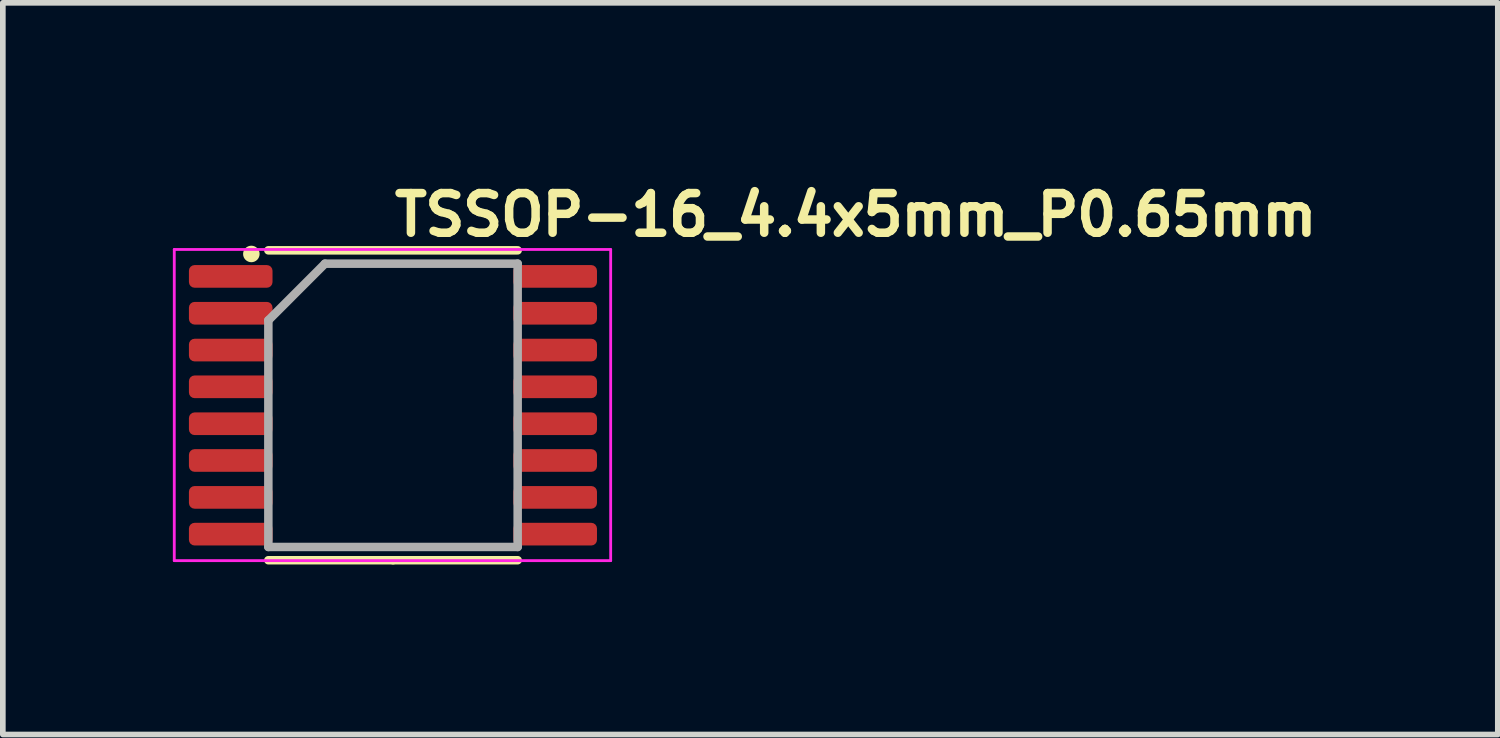
<source format=kicad_pcb>
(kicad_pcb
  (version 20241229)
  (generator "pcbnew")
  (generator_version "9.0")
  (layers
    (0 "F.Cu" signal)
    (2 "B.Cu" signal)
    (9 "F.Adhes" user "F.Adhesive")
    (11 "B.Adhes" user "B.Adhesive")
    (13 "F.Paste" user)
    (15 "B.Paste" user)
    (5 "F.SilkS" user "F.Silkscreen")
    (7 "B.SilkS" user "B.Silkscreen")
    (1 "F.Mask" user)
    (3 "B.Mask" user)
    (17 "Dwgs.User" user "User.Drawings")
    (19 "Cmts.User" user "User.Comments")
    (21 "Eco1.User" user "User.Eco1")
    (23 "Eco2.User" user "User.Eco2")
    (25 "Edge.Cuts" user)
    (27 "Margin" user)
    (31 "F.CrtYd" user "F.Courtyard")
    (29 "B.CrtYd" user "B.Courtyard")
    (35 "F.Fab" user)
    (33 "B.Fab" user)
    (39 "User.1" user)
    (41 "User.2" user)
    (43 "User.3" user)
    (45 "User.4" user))
  (footprint "TSSOP-16_4.4x5mm_P0.65mm"
    (layer "F.Cu")
    (at 3.835 4.102)
    (property "Reference" "TSSOP-16_4.4x5mm_P0.65mm" (at 0 -2.952 0) (layer "F.SilkS") (effects (font (size 0.7 0.7) (thickness 0.15)) (justify left bottom)))
    (attr smd)
    (fp_line (start -2.15 -2.735) (end 2.249 -2.735) (stroke (width 0.15) (type solid)) (layer "F.SilkS"))
    (fp_line (start 0.05 2.733) (end -2.15 2.733) (stroke (width 0.15) (type solid)) (layer "F.SilkS"))
    (fp_line (start 0.05 2.733) (end 2.249 2.733) (stroke (width 0.15) (type solid)) (layer "F.SilkS"))
    (fp_circle (center -2.45 -2.671) (end -2.4 -2.621) (stroke (width 0.15) (type solid)) (fill yes) (layer "F.SilkS"))
    (fp_line (start -3.81 -2.75) (end -3.81 2.74) (stroke (width 0.05) (type solid)) (layer "F.CrtYd"))
    (fp_line (start -3.81 2.74) (end 3.89 2.74) (stroke (width 0.05) (type solid)) (layer "F.CrtYd"))
    (fp_line (start 3.89 -2.75) (end -3.81 -2.75) (stroke (width 0.05) (type solid)) (layer "F.CrtYd"))
    (fp_line (start 3.89 2.74) (end 3.89 -2.75) (stroke (width 0.05) (type solid)) (layer "F.CrtYd"))
    (fp_line (start -2.15 -1.5) (end -1.151 -2.5) (stroke (width 0.15) (type solid)) (layer "F.Fab"))
    (fp_line (start -2.15 2.499) (end -2.15 -1.5) (stroke (width 0.15) (type solid)) (layer "F.Fab"))
    (fp_line (start -1.151 -2.5) (end 2.249 -2.5) (stroke (width 0.15) (type solid)) (layer "F.Fab"))
    (fp_line (start 2.249 -2.5) (end 2.249 2.499) (stroke (width 0.15) (type solid)) (layer "F.Fab"))
    (fp_line (start 2.249 2.499) (end -2.15 2.499) (stroke (width 0.15) (type solid)) (layer "F.Fab"))
    (fp_rect (start -3.202 -2.5) (end 3.2 2.499) (stroke (width 0.1) (type solid)) (fill no) (layer "User.5"))
    (fp_line (start -3.202 -2.153) (end -3.202 -2.399) (stroke (width 0.02) (type solid)) (layer "User.9"))
    (fp_line (start -3.202 -1.504) (end -3.202 -1.748) (stroke (width 0.02) (type solid)) (layer "User.9"))
    (fp_line (start -3.202 -0.853) (end -3.202 -1.099) (stroke (width 0.02) (type solid)) (layer "User.9"))
    (fp_line (start -3.202 -0.204) (end -3.202 -0.448) (stroke (width 0.02) (type solid)) (layer "User.9"))
    (fp_line (start -3.202 0.446) (end -3.202 0.202) (stroke (width 0.02) (type solid)) (layer "User.9"))
    (fp_line (start -3.202 1.096) (end -3.202 0.851) (stroke (width 0.02) (type solid)) (layer "User.9"))
    (fp_line (start -3.202 1.747) (end -3.202 1.501) (stroke (width 0.02) (type solid)) (layer "User.9"))
    (fp_line (start -3.202 2.397) (end -3.202 2.152) (stroke (width 0.02) (type solid)) (layer "User.9"))
    (fp_line (start -2.827 -2.399) (end -3.202 -2.399) (stroke (width 0.02) (type solid)) (layer "User.9"))
    (fp_line (start -2.827 -2.153) (end -3.202 -2.153) (stroke (width 0.02) (type solid)) (layer "User.9"))
    (fp_line (start -2.827 -1.748) (end -3.202 -1.748) (stroke (width 0.02) (type solid)) (layer "User.9"))
    (fp_line (start -2.827 -1.504) (end -3.202 -1.504) (stroke (width 0.02) (type solid)) (layer "User.9"))
    (fp_line (start -2.827 -1.099) (end -3.202 -1.099) (stroke (width 0.02) (type solid)) (layer "User.9"))
    (fp_line (start -2.827 -0.853) (end -3.202 -0.853) (stroke (width 0.02) (type solid)) (layer "User.9"))
    (fp_line (start -2.827 -0.448) (end -3.202 -0.448) (stroke (width 0.02) (type solid)) (layer "User.9"))
    (fp_line (start -2.827 -0.204) (end -3.202 -0.204) (stroke (width 0.02) (type solid)) (layer "User.9"))
    (fp_line (start -2.827 0.202) (end -3.202 0.202) (stroke (width 0.02) (type solid)) (layer "User.9"))
    (fp_line (start -2.827 0.446) (end -3.202 0.446) (stroke (width 0.02) (type solid)) (layer "User.9"))
    (fp_line (start -2.827 0.851) (end -3.202 0.851) (stroke (width 0.02) (type solid)) (layer "User.9"))
    (fp_line (start -2.827 1.096) (end -3.202 1.096) (stroke (width 0.02) (type solid)) (layer "User.9"))
    (fp_line (start -2.827 1.501) (end -3.202 1.501) (stroke (width 0.02) (type solid)) (layer "User.9"))
    (fp_line (start -2.827 1.747) (end -3.202 1.747) (stroke (width 0.02) (type solid)) (layer "User.9"))
    (fp_line (start -2.827 2.152) (end -3.202 2.152) (stroke (width 0.02) (type solid)) (layer "User.9"))
    (fp_line (start -2.827 2.397) (end -3.202 2.397) (stroke (width 0.02) (type solid)) (layer "User.9"))
    (fp_line (start -2.725 -2.399) (end -2.827 -2.399) (stroke (width 0.02) (type solid)) (layer "User.9"))
    (fp_line (start -2.725 -2.153) (end -2.827 -2.153) (stroke (width 0.02) (type solid)) (layer "User.9"))
    (fp_line (start -2.725 -1.748) (end -2.827 -1.748) (stroke (width 0.02) (type solid)) (layer "User.9"))
    (fp_line (start -2.725 -1.504) (end -2.827 -1.504) (stroke (width 0.02) (type solid)) (layer "User.9"))
    (fp_line (start -2.725 -1.099) (end -2.827 -1.099) (stroke (width 0.02) (type solid)) (layer "User.9"))
    (fp_line (start -2.725 -0.853) (end -2.827 -0.853) (stroke (width 0.02) (type solid)) (layer "User.9"))
    (fp_line (start -2.725 -0.448) (end -2.827 -0.448) (stroke (width 0.02) (type solid)) (layer "User.9"))
    (fp_line (start -2.725 -0.204) (end -2.827 -0.204) (stroke (width 0.02) (type solid)) (layer "User.9"))
    (fp_line (start -2.725 0.202) (end -2.827 0.202) (stroke (width 0.02) (type solid)) (layer "User.9"))
    (fp_line (start -2.725 0.446) (end -2.827 0.446) (stroke (width 0.02) (type solid)) (layer "User.9"))
    (fp_line (start -2.725 0.851) (end -2.827 0.851) (stroke (width 0.02) (type solid)) (layer "User.9"))
    (fp_line (start -2.725 1.096) (end -2.827 1.096) (stroke (width 0.02) (type solid)) (layer "User.9"))
    (fp_line (start -2.725 1.501) (end -2.827 1.501) (stroke (width 0.02) (type solid)) (layer "User.9"))
    (fp_line (start -2.725 1.747) (end -2.827 1.747) (stroke (width 0.02) (type solid)) (layer "User.9"))
    (fp_line (start -2.725 2.152) (end -2.827 2.152) (stroke (width 0.02) (type solid)) (layer "User.9"))
    (fp_line (start -2.725 2.397) (end -2.827 2.397) (stroke (width 0.02) (type solid)) (layer "User.9"))
    (fp_line (start -2.689 -2.399) (end -2.725 -2.399) (stroke (width 0.02) (type solid)) (layer "User.9"))
    (fp_line (start -2.689 -2.153) (end -2.725 -2.153) (stroke (width 0.02) (type solid)) (layer "User.9"))
    (fp_line (start -2.689 -1.748) (end -2.725 -1.748) (stroke (width 0.02) (type solid)) (layer "User.9"))
    (fp_line (start -2.689 -1.504) (end -2.725 -1.504) (stroke (width 0.02) (type solid)) (layer "User.9"))
    (fp_line (start -2.689 -1.099) (end -2.725 -1.099) (stroke (width 0.02) (type solid)) (layer "User.9"))
    (fp_line (start -2.689 -0.853) (end -2.725 -0.853) (stroke (width 0.02) (type solid)) (layer "User.9"))
    (fp_line (start -2.689 -0.448) (end -2.725 -0.448) (stroke (width 0.02) (type solid)) (layer "User.9"))
    (fp_line (start -2.689 -0.204) (end -2.725 -0.204) (stroke (width 0.02) (type solid)) (layer "User.9"))
    (fp_line (start -2.689 0.202) (end -2.725 0.202) (stroke (width 0.02) (type solid)) (layer "User.9"))
    (fp_line (start -2.689 0.446) (end -2.725 0.446) (stroke (width 0.02) (type solid)) (layer "User.9"))
    (fp_line (start -2.689 0.851) (end -2.725 0.851) (stroke (width 0.02) (type solid)) (layer "User.9"))
    (fp_line (start -2.689 1.096) (end -2.725 1.096) (stroke (width 0.02) (type solid)) (layer "User.9"))
    (fp_line (start -2.689 1.501) (end -2.725 1.501) (stroke (width 0.02) (type solid)) (layer "User.9"))
    (fp_line (start -2.689 1.747) (end -2.725 1.747) (stroke (width 0.02) (type solid)) (layer "User.9"))
    (fp_line (start -2.689 2.152) (end -2.725 2.152) (stroke (width 0.02) (type solid)) (layer "User.9"))
    (fp_line (start -2.689 2.397) (end -2.725 2.397) (stroke (width 0.02) (type solid)) (layer "User.9"))
    (fp_line (start -2.431 -2.399) (end -2.689 -2.399) (stroke (width 0.02) (type solid)) (layer "User.9"))
    (fp_line (start -2.431 -2.153) (end -2.689 -2.153) (stroke (width 0.02) (type solid)) (layer "User.9"))
    (fp_line (start -2.431 -1.748) (end -2.689 -1.748) (stroke (width 0.02) (type solid)) (layer "User.9"))
    (fp_line (start -2.431 -1.504) (end -2.689 -1.504) (stroke (width 0.02) (type solid)) (layer "User.9"))
    (fp_line (start -2.431 -1.099) (end -2.689 -1.099) (stroke (width 0.02) (type solid)) (layer "User.9"))
    (fp_line (start -2.431 -0.853) (end -2.689 -0.853) (stroke (width 0.02) (type solid)) (layer "User.9"))
    (fp_line (start -2.431 -0.448) (end -2.689 -0.448) (stroke (width 0.02) (type solid)) (layer "User.9"))
    (fp_line (start -2.431 -0.204) (end -2.689 -0.204) (stroke (width 0.02) (type solid)) (layer "User.9"))
    (fp_line (start -2.431 0.202) (end -2.689 0.202) (stroke (width 0.02) (type solid)) (layer "User.9"))
    (fp_line (start -2.431 0.446) (end -2.689 0.446) (stroke (width 0.02) (type solid)) (layer "User.9"))
    (fp_line (start -2.431 0.851) (end -2.689 0.851) (stroke (width 0.02) (type solid)) (layer "User.9"))
    (fp_line (start -2.431 1.096) (end -2.689 1.096) (stroke (width 0.02) (type solid)) (layer "User.9"))
    (fp_line (start -2.431 1.501) (end -2.689 1.501) (stroke (width 0.02) (type solid)) (layer "User.9"))
    (fp_line (start -2.431 1.747) (end -2.689 1.747) (stroke (width 0.02) (type solid)) (layer "User.9"))
    (fp_line (start -2.431 2.152) (end -2.689 2.152) (stroke (width 0.02) (type solid)) (layer "User.9"))
    (fp_line (start -2.431 2.397) (end -2.689 2.397) (stroke (width 0.02) (type solid)) (layer "User.9"))
    (fp_line (start -2.202 -2.5) (end -2.202 2.499) (stroke (width 0.02) (type solid)) (layer "User.9"))
    (fp_line (start -2.202 -2.399) (end -2.431 -2.399) (stroke (width 0.02) (type solid)) (layer "User.9"))
    (fp_line (start -2.202 -2.153) (end -2.431 -2.153) (stroke (width 0.02) (type solid)) (layer "User.9"))
    (fp_line (start -2.202 -2.153) (end -2.202 -2.399) (stroke (width 0.02) (type solid)) (layer "User.9"))
    (fp_line (start -2.202 -1.748) (end -2.431 -1.748) (stroke (width 0.02) (type solid)) (layer "User.9"))
    (fp_line (start -2.202 -1.504) (end -2.431 -1.504) (stroke (width 0.02) (type solid)) (layer "User.9"))
    (fp_line (start -2.202 -1.504) (end -2.202 -1.748) (stroke (width 0.02) (type solid)) (layer "User.9"))
    (fp_line (start -2.202 -1.099) (end -2.431 -1.099) (stroke (width 0.02) (type solid)) (layer "User.9"))
    (fp_line (start -2.202 -0.853) (end -2.431 -0.853) (stroke (width 0.02) (type solid)) (layer "User.9"))
    (fp_line (start -2.202 -0.853) (end -2.202 -1.099) (stroke (width 0.02) (type solid)) (layer "User.9"))
    (fp_line (start -2.202 -0.448) (end -2.431 -0.448) (stroke (width 0.02) (type solid)) (layer "User.9"))
    (fp_line (start -2.202 -0.204) (end -2.431 -0.204) (stroke (width 0.02) (type solid)) (layer "User.9"))
    (fp_line (start -2.202 -0.204) (end -2.202 -0.448) (stroke (width 0.02) (type solid)) (layer "User.9"))
    (fp_line (start -2.202 0.202) (end -2.431 0.202) (stroke (width 0.02) (type solid)) (layer "User.9"))
    (fp_line (start -2.202 0.446) (end -2.431 0.446) (stroke (width 0.02) (type solid)) (layer "User.9"))
    (fp_line (start -2.202 0.446) (end -2.202 0.202) (stroke (width 0.02) (type solid)) (layer "User.9"))
    (fp_line (start -2.202 0.851) (end -2.431 0.851) (stroke (width 0.02) (type solid)) (layer "User.9"))
    (fp_line (start -2.202 1.096) (end -2.431 1.096) (stroke (width 0.02) (type solid)) (layer "User.9"))
    (fp_line (start -2.202 1.096) (end -2.202 0.851) (stroke (width 0.02) (type solid)) (layer "User.9"))
    (fp_line (start -2.202 1.501) (end -2.431 1.501) (stroke (width 0.02) (type solid)) (layer "User.9"))
    (fp_line (start -2.202 1.747) (end -2.431 1.747) (stroke (width 0.02) (type solid)) (layer "User.9"))
    (fp_line (start -2.202 1.747) (end -2.202 1.501) (stroke (width 0.02) (type solid)) (layer "User.9"))
    (fp_line (start -2.202 2.152) (end -2.431 2.152) (stroke (width 0.02) (type solid)) (layer "User.9"))
    (fp_line (start -2.202 2.397) (end -2.431 2.397) (stroke (width 0.02) (type solid)) (layer "User.9"))
    (fp_line (start -2.202 2.397) (end -2.202 2.152) (stroke (width 0.02) (type solid)) (layer "User.9"))
    (fp_line (start -2.202 2.499) (end 2.2 2.499) (stroke (width 0.02) (type solid)) (layer "User.9"))
    (fp_line (start -2.137 -2.437) (end -2.202 -2.5) (stroke (width 0.02) (type solid)) (layer "User.9"))
    (fp_line (start -2.137 -2.437) (end -2.137 2.435) (stroke (width 0.02) (type solid)) (layer "User.9"))
    (fp_line (start -2.137 2.435) (end -2.202 2.499) (stroke (width 0.02) (type solid)) (layer "User.9"))
    (fp_line (start -2.137 2.435) (end 2.136 2.435) (stroke (width 0.02) (type solid)) (layer "User.9"))
    (fp_line (start -1.776 -1.819) (end -1.776 -1.801) (stroke (width 0.02) (type solid)) (layer "User.9"))
    (fp_line (start -1.776 -1.819) (end -1.776 -1.801) (stroke (width 0.02) (type solid)) (layer "User.9"))
    (fp_line (start -1.776 -1.801) (end -1.776 -1.784) (stroke (width 0.02) (type solid)) (layer "User.9"))
    (fp_line (start -1.776 -1.801) (end -1.776 -1.784) (stroke (width 0.02) (type solid)) (layer "User.9"))
    (fp_line (start -1.776 -1.784) (end -1.774 -1.766) (stroke (width 0.02) (type solid)) (layer "User.9"))
    (fp_line (start -1.776 -1.784) (end -1.774 -1.766) (stroke (width 0.02) (type solid)) (layer "User.9"))
    (fp_line (start -1.774 -1.837) (end -1.776 -1.819) (stroke (width 0.02) (type solid)) (layer "User.9"))
    (fp_line (start -1.774 -1.837) (end -1.776 -1.819) (stroke (width 0.02) (type solid)) (layer "User.9"))
    (fp_line (start -1.774 -1.766) (end -1.77 -1.748) (stroke (width 0.02) (type solid)) (layer "User.9"))
    (fp_line (start -1.774 -1.766) (end -1.77 -1.748) (stroke (width 0.02) (type solid)) (layer "User.9"))
    (fp_line (start -1.77 -1.855) (end -1.774 -1.837) (stroke (width 0.02) (type solid)) (layer "User.9"))
    (fp_line (start -1.77 -1.855) (end -1.774 -1.837) (stroke (width 0.02) (type solid)) (layer "User.9"))
    (fp_line (start -1.77 -1.748) (end -1.766 -1.73) (stroke (width 0.02) (type solid)) (layer "User.9"))
    (fp_line (start -1.77 -1.748) (end -1.766 -1.73) (stroke (width 0.02) (type solid)) (layer "User.9"))
    (fp_line (start -1.766 -1.871) (end -1.77 -1.855) (stroke (width 0.02) (type solid)) (layer "User.9"))
    (fp_line (start -1.766 -1.871) (end -1.77 -1.855) (stroke (width 0.02) (type solid)) (layer "User.9"))
    (fp_line (start -1.766 -1.73) (end -1.762 -1.714) (stroke (width 0.02) (type solid)) (layer "User.9"))
    (fp_line (start -1.766 -1.73) (end -1.762 -1.714) (stroke (width 0.02) (type solid)) (layer "User.9"))
    (fp_line (start -1.762 -1.889) (end -1.766 -1.871) (stroke (width 0.02) (type solid)) (layer "User.9"))
    (fp_line (start -1.762 -1.889) (end -1.766 -1.871) (stroke (width 0.02) (type solid)) (layer "User.9"))
    (fp_line (start -1.762 -1.714) (end -1.756 -1.696) (stroke (width 0.02) (type solid)) (layer "User.9"))
    (fp_line (start -1.762 -1.714) (end -1.756 -1.696) (stroke (width 0.02) (type solid)) (layer "User.9"))
    (fp_line (start -1.756 -1.905) (end -1.762 -1.889) (stroke (width 0.02) (type solid)) (layer "User.9"))
    (fp_line (start -1.756 -1.905) (end -1.762 -1.889) (stroke (width 0.02) (type solid)) (layer "User.9"))
    (fp_line (start -1.756 -1.696) (end -1.748 -1.68) (stroke (width 0.02) (type solid)) (layer "User.9"))
    (fp_line (start -1.756 -1.696) (end -1.748 -1.68) (stroke (width 0.02) (type solid)) (layer "User.9"))
    (fp_line (start -1.748 -1.922) (end -1.756 -1.905) (stroke (width 0.02) (type solid)) (layer "User.9"))
    (fp_line (start -1.748 -1.922) (end -1.756 -1.905) (stroke (width 0.02) (type solid)) (layer "User.9"))
    (fp_line (start -1.748 -1.68) (end -1.74 -1.663) (stroke (width 0.02) (type solid)) (layer "User.9"))
    (fp_line (start -1.748 -1.68) (end -1.74 -1.663) (stroke (width 0.02) (type solid)) (layer "User.9"))
    (fp_line (start -1.74 -1.938) (end -1.748 -1.922) (stroke (width 0.02) (type solid)) (layer "User.9"))
    (fp_line (start -1.74 -1.938) (end -1.748 -1.922) (stroke (width 0.02) (type solid)) (layer "User.9"))
    (fp_line (start -1.74 -1.938) (end -1.74 -1.938) (stroke (width 0.02) (type solid)) (layer "User.9"))
    (fp_line (start -1.74 -1.938) (end -1.74 -1.938) (stroke (width 0.02) (type solid)) (layer "User.9"))
    (fp_line (start -1.74 -1.663) (end -1.74 -1.663) (stroke (width 0.02) (type solid)) (layer "User.9"))
    (fp_line (start -1.74 -1.663) (end -1.74 -1.663) (stroke (width 0.02) (type solid)) (layer "User.9"))
    (fp_line (start -1.74 -1.663) (end -1.734 -1.655) (stroke (width 0.02) (type solid)) (layer "User.9"))
    (fp_line (start -1.74 -1.663) (end -1.734 -1.655) (stroke (width 0.02) (type solid)) (layer "User.9"))
    (fp_line (start -1.734 -1.655) (end -1.73 -1.647) (stroke (width 0.02) (type solid)) (layer "User.9"))
    (fp_line (start -1.734 -1.655) (end -1.73 -1.647) (stroke (width 0.02) (type solid)) (layer "User.9"))
    (fp_line (start -1.73 -1.954) (end -1.74 -1.938) (stroke (width 0.02) (type solid)) (layer "User.9"))
    (fp_line (start -1.73 -1.954) (end -1.74 -1.938) (stroke (width 0.02) (type solid)) (layer "User.9"))
    (fp_line (start -1.73 -1.647) (end -1.724 -1.641) (stroke (width 0.02) (type solid)) (layer "User.9"))
    (fp_line (start -1.73 -1.647) (end -1.724 -1.641) (stroke (width 0.02) (type solid)) (layer "User.9"))
    (fp_line (start -1.724 -1.641) (end -1.718 -1.633) (stroke (width 0.02) (type solid)) (layer "User.9"))
    (fp_line (start -1.724 -1.641) (end -1.718 -1.633) (stroke (width 0.02) (type solid)) (layer "User.9"))
    (fp_line (start -1.718 -1.968) (end -1.73 -1.954) (stroke (width 0.02) (type solid)) (layer "User.9"))
    (fp_line (start -1.718 -1.968) (end -1.73 -1.954) (stroke (width 0.02) (type solid)) (layer "User.9"))
    (fp_line (start -1.718 -1.633) (end -1.714 -1.627) (stroke (width 0.02) (type solid)) (layer "User.9"))
    (fp_line (start -1.718 -1.633) (end -1.714 -1.627) (stroke (width 0.02) (type solid)) (layer "User.9"))
    (fp_line (start -1.714 -1.627) (end -1.708 -1.619) (stroke (width 0.02) (type solid)) (layer "User.9"))
    (fp_line (start -1.714 -1.627) (end -1.708 -1.619) (stroke (width 0.02) (type solid)) (layer "User.9"))
    (fp_line (start -1.708 -1.982) (end -1.718 -1.968) (stroke (width 0.02) (type solid)) (layer "User.9"))
    (fp_line (start -1.708 -1.982) (end -1.718 -1.968) (stroke (width 0.02) (type solid)) (layer "User.9"))
    (fp_line (start -1.708 -1.619) (end -1.702 -1.613) (stroke (width 0.02) (type solid)) (layer "User.9"))
    (fp_line (start -1.708 -1.619) (end -1.702 -1.613) (stroke (width 0.02) (type solid)) (layer "User.9"))
    (fp_line (start -1.702 -1.613) (end -1.696 -1.607) (stroke (width 0.02) (type solid)) (layer "User.9"))
    (fp_line (start -1.702 -1.613) (end -1.696 -1.607) (stroke (width 0.02) (type solid)) (layer "User.9"))
    (fp_line (start -1.696 -1.996) (end -1.708 -1.982) (stroke (width 0.02) (type solid)) (layer "User.9"))
    (fp_line (start -1.696 -1.996) (end -1.708 -1.982) (stroke (width 0.02) (type solid)) (layer "User.9"))
    (fp_line (start -1.696 -1.607) (end -1.688 -1.599) (stroke (width 0.02) (type solid)) (layer "User.9"))
    (fp_line (start -1.696 -1.607) (end -1.688 -1.599) (stroke (width 0.02) (type solid)) (layer "User.9"))
    (fp_line (start -1.688 -1.599) (end -1.682 -1.593) (stroke (width 0.02) (type solid)) (layer "User.9"))
    (fp_line (start -1.688 -1.599) (end -1.682 -1.593) (stroke (width 0.02) (type solid)) (layer "User.9"))
    (fp_line (start -1.682 -2.008) (end -1.696 -1.996) (stroke (width 0.02) (type solid)) (layer "User.9"))
    (fp_line (start -1.682 -2.008) (end -1.696 -1.996) (stroke (width 0.02) (type solid)) (layer "User.9"))
    (fp_line (start -1.682 -1.593) (end -1.676 -1.589) (stroke (width 0.02) (type solid)) (layer "User.9"))
    (fp_line (start -1.682 -1.593) (end -1.676 -1.589) (stroke (width 0.02) (type solid)) (layer "User.9"))
    (fp_line (start -1.676 -1.589) (end -1.668 -1.583) (stroke (width 0.02) (type solid)) (layer "User.9"))
    (fp_line (start -1.676 -1.589) (end -1.668 -1.583) (stroke (width 0.02) (type solid)) (layer "User.9"))
    (fp_line (start -1.668 -2.02) (end -1.682 -2.008) (stroke (width 0.02) (type solid)) (layer "User.9"))
    (fp_line (start -1.668 -2.02) (end -1.682 -2.008) (stroke (width 0.02) (type solid)) (layer "User.9"))
    (fp_line (start -1.668 -1.583) (end -1.661 -1.577) (stroke (width 0.02) (type solid)) (layer "User.9"))
    (fp_line (start -1.668 -1.583) (end -1.661 -1.577) (stroke (width 0.02) (type solid)) (layer "User.9"))
    (fp_line (start -1.661 -1.577) (end -1.653 -1.573) (stroke (width 0.02) (type solid)) (layer "User.9"))
    (fp_line (start -1.661 -1.577) (end -1.653 -1.573) (stroke (width 0.02) (type solid)) (layer "User.9"))
    (fp_line (start -1.653 -2.029) (end -1.668 -2.02) (stroke (width 0.02) (type solid)) (layer "User.9"))
    (fp_line (start -1.653 -2.029) (end -1.668 -2.02) (stroke (width 0.02) (type solid)) (layer "User.9"))
    (fp_line (start -1.653 -1.573) (end -1.647 -1.567) (stroke (width 0.02) (type solid)) (layer "User.9"))
    (fp_line (start -1.653 -1.573) (end -1.647 -1.567) (stroke (width 0.02) (type solid)) (layer "User.9"))
    (fp_line (start -1.647 -1.567) (end -1.639 -1.563) (stroke (width 0.02) (type solid)) (layer "User.9"))
    (fp_line (start -1.647 -1.567) (end -1.639 -1.563) (stroke (width 0.02) (type solid)) (layer "User.9"))
    (fp_line (start -1.639 -2.04) (end -1.653 -2.029) (stroke (width 0.02) (type solid)) (layer "User.9"))
    (fp_line (start -1.639 -2.04) (end -1.653 -2.029) (stroke (width 0.02) (type solid)) (layer "User.9"))
    (fp_line (start -1.639 -1.563) (end -1.631 -1.559) (stroke (width 0.02) (type solid)) (layer "User.9"))
    (fp_line (start -1.639 -1.563) (end -1.631 -1.559) (stroke (width 0.02) (type solid)) (layer "User.9"))
    (fp_line (start -1.631 -1.559) (end -1.623 -1.555) (stroke (width 0.02) (type solid)) (layer "User.9"))
    (fp_line (start -1.631 -1.559) (end -1.623 -1.555) (stroke (width 0.02) (type solid)) (layer "User.9"))
    (fp_line (start -1.623 -2.048) (end -1.639 -2.04) (stroke (width 0.02) (type solid)) (layer "User.9"))
    (fp_line (start -1.623 -2.048) (end -1.639 -2.04) (stroke (width 0.02) (type solid)) (layer "User.9"))
    (fp_line (start -1.623 -1.555) (end -1.615 -1.551) (stroke (width 0.02) (type solid)) (layer "User.9"))
    (fp_line (start -1.623 -1.555) (end -1.615 -1.551) (stroke (width 0.02) (type solid)) (layer "User.9"))
    (fp_line (start -1.615 -1.551) (end -1.607 -1.547) (stroke (width 0.02) (type solid)) (layer "User.9"))
    (fp_line (start -1.615 -1.551) (end -1.607 -1.547) (stroke (width 0.02) (type solid)) (layer "User.9"))
    (fp_line (start -1.607 -2.054) (end -1.623 -2.048) (stroke (width 0.02) (type solid)) (layer "User.9"))
    (fp_line (start -1.607 -2.054) (end -1.623 -2.048) (stroke (width 0.02) (type solid)) (layer "User.9"))
    (fp_line (start -1.607 -1.547) (end -1.599 -1.543) (stroke (width 0.02) (type solid)) (layer "User.9"))
    (fp_line (start -1.607 -1.547) (end -1.599 -1.543) (stroke (width 0.02) (type solid)) (layer "User.9"))
    (fp_line (start -1.599 -1.543) (end -1.589 -1.541) (stroke (width 0.02) (type solid)) (layer "User.9"))
    (fp_line (start -1.599 -1.543) (end -1.589 -1.541) (stroke (width 0.02) (type solid)) (layer "User.9"))
    (fp_line (start -1.589 -2.061) (end -1.607 -2.054) (stroke (width 0.02) (type solid)) (layer "User.9"))
    (fp_line (start -1.589 -2.061) (end -1.607 -2.054) (stroke (width 0.02) (type solid)) (layer "User.9"))
    (fp_line (start -1.589 -1.541) (end -1.581 -1.537) (stroke (width 0.02) (type solid)) (layer "User.9"))
    (fp_line (start -1.589 -1.541) (end -1.581 -1.537) (stroke (width 0.02) (type solid)) (layer "User.9"))
    (fp_line (start -1.581 -1.537) (end -1.573 -1.536) (stroke (width 0.02) (type solid)) (layer "User.9"))
    (fp_line (start -1.581 -1.537) (end -1.573 -1.536) (stroke (width 0.02) (type solid)) (layer "User.9"))
    (fp_line (start -1.573 -2.066) (end -1.589 -2.061) (stroke (width 0.02) (type solid)) (layer "User.9"))
    (fp_line (start -1.573 -2.066) (end -1.589 -2.061) (stroke (width 0.02) (type solid)) (layer "User.9"))
    (fp_line (start -1.573 -1.536) (end -1.565 -1.534) (stroke (width 0.02) (type solid)) (layer "User.9"))
    (fp_line (start -1.573 -1.536) (end -1.565 -1.534) (stroke (width 0.02) (type solid)) (layer "User.9"))
    (fp_line (start -1.565 -1.534) (end -1.555 -1.532) (stroke (width 0.02) (type solid)) (layer "User.9"))
    (fp_line (start -1.565 -1.534) (end -1.555 -1.532) (stroke (width 0.02) (type solid)) (layer "User.9"))
    (fp_line (start -1.555 -2.07) (end -1.573 -2.066) (stroke (width 0.02) (type solid)) (layer "User.9"))
    (fp_line (start -1.555 -2.07) (end -1.573 -2.066) (stroke (width 0.02) (type solid)) (layer "User.9"))
    (fp_line (start -1.555 -1.532) (end -1.547 -1.53) (stroke (width 0.02) (type solid)) (layer "User.9"))
    (fp_line (start -1.555 -1.532) (end -1.547 -1.53) (stroke (width 0.02) (type solid)) (layer "User.9"))
    (fp_line (start -1.547 -1.53) (end -1.537 -1.528) (stroke (width 0.02) (type solid)) (layer "User.9"))
    (fp_line (start -1.547 -1.53) (end -1.537 -1.528) (stroke (width 0.02) (type solid)) (layer "User.9"))
    (fp_line (start -1.537 -2.073) (end -1.555 -2.07) (stroke (width 0.02) (type solid)) (layer "User.9"))
    (fp_line (start -1.537 -2.073) (end -1.555 -2.07) (stroke (width 0.02) (type solid)) (layer "User.9"))
    (fp_line (start -1.537 -1.528) (end -1.528 -1.528) (stroke (width 0.02) (type solid)) (layer "User.9"))
    (fp_line (start -1.537 -1.528) (end -1.528 -1.528) (stroke (width 0.02) (type solid)) (layer "User.9"))
    (fp_line (start -1.528 -1.528) (end -1.52 -1.526) (stroke (width 0.02) (type solid)) (layer "User.9"))
    (fp_line (start -1.528 -1.528) (end -1.52 -1.526) (stroke (width 0.02) (type solid)) (layer "User.9"))
    (fp_line (start -1.52 -2.076) (end -1.537 -2.073) (stroke (width 0.02) (type solid)) (layer "User.9"))
    (fp_line (start -1.52 -2.076) (end -1.537 -2.073) (stroke (width 0.02) (type solid)) (layer "User.9"))
    (fp_line (start -1.52 -1.526) (end -1.51 -1.526) (stroke (width 0.02) (type solid)) (layer "User.9"))
    (fp_line (start -1.52 -1.526) (end -1.51 -1.526) (stroke (width 0.02) (type solid)) (layer "User.9"))
    (fp_line (start -1.51 -1.526) (end -1.5 -1.526) (stroke (width 0.02) (type solid)) (layer "User.9"))
    (fp_line (start -1.51 -1.526) (end -1.5 -1.526) (stroke (width 0.02) (type solid)) (layer "User.9"))
    (fp_line (start -1.5 -2.077) (end -1.52 -2.076) (stroke (width 0.02) (type solid)) (layer "User.9"))
    (fp_line (start -1.5 -2.077) (end -1.52 -2.076) (stroke (width 0.02) (type solid)) (layer "User.9"))
    (fp_line (start -1.5 -1.526) (end -1.482 -1.526) (stroke (width 0.02) (type solid)) (layer "User.9"))
    (fp_line (start -1.5 -1.526) (end -1.482 -1.526) (stroke (width 0.02) (type solid)) (layer "User.9"))
    (fp_line (start -1.492 -2.076) (end -1.5 -2.077) (stroke (width 0.02) (type solid)) (layer "User.9"))
    (fp_line (start -1.492 -2.076) (end -1.5 -2.077) (stroke (width 0.02) (type solid)) (layer "User.9"))
    (fp_line (start -1.482 -2.076) (end -1.492 -2.076) (stroke (width 0.02) (type solid)) (layer "User.9"))
    (fp_line (start -1.482 -2.076) (end -1.492 -2.076) (stroke (width 0.02) (type solid)) (layer "User.9"))
    (fp_line (start -1.482 -1.526) (end -1.464 -1.528) (stroke (width 0.02) (type solid)) (layer "User.9"))
    (fp_line (start -1.482 -1.526) (end -1.464 -1.528) (stroke (width 0.02) (type solid)) (layer "User.9"))
    (fp_line (start -1.474 -2.074) (end -1.482 -2.076) (stroke (width 0.02) (type solid)) (layer "User.9"))
    (fp_line (start -1.474 -2.074) (end -1.482 -2.076) (stroke (width 0.02) (type solid)) (layer "User.9"))
    (fp_line (start -1.464 -2.073) (end -1.474 -2.074) (stroke (width 0.02) (type solid)) (layer "User.9"))
    (fp_line (start -1.464 -2.073) (end -1.474 -2.074) (stroke (width 0.02) (type solid)) (layer "User.9"))
    (fp_line (start -1.464 -1.528) (end -1.446 -1.532) (stroke (width 0.02) (type solid)) (layer "User.9"))
    (fp_line (start -1.464 -1.528) (end -1.446 -1.532) (stroke (width 0.02) (type solid)) (layer "User.9"))
    (fp_line (start -1.456 -2.073) (end -1.464 -2.073) (stroke (width 0.02) (type solid)) (layer "User.9"))
    (fp_line (start -1.456 -2.073) (end -1.464 -2.073) (stroke (width 0.02) (type solid)) (layer "User.9"))
    (fp_line (start -1.446 -2.07) (end -1.456 -2.073) (stroke (width 0.02) (type solid)) (layer "User.9"))
    (fp_line (start -1.446 -2.07) (end -1.456 -2.073) (stroke (width 0.02) (type solid)) (layer "User.9"))
    (fp_line (start -1.446 -1.532) (end -1.43 -1.536) (stroke (width 0.02) (type solid)) (layer "User.9"))
    (fp_line (start -1.446 -1.532) (end -1.43 -1.536) (stroke (width 0.02) (type solid)) (layer "User.9"))
    (fp_line (start -1.438 -2.069) (end -1.446 -2.07) (stroke (width 0.02) (type solid)) (layer "User.9"))
    (fp_line (start -1.438 -2.069) (end -1.446 -2.07) (stroke (width 0.02) (type solid)) (layer "User.9"))
    (fp_line (start -1.43 -2.066) (end -1.438 -2.069) (stroke (width 0.02) (type solid)) (layer "User.9"))
    (fp_line (start -1.43 -2.066) (end -1.438 -2.069) (stroke (width 0.02) (type solid)) (layer "User.9"))
    (fp_line (start -1.43 -1.536) (end -1.412 -1.541) (stroke (width 0.02) (type solid)) (layer "User.9"))
    (fp_line (start -1.43 -1.536) (end -1.412 -1.541) (stroke (width 0.02) (type solid)) (layer "User.9"))
    (fp_line (start -1.42 -2.065) (end -1.43 -2.066) (stroke (width 0.02) (type solid)) (layer "User.9"))
    (fp_line (start -1.42 -2.065) (end -1.43 -2.066) (stroke (width 0.02) (type solid)) (layer "User.9"))
    (fp_line (start -1.412 -2.061) (end -1.42 -2.065) (stroke (width 0.02) (type solid)) (layer "User.9"))
    (fp_line (start -1.412 -2.061) (end -1.42 -2.065) (stroke (width 0.02) (type solid)) (layer "User.9"))
    (fp_line (start -1.412 -1.541) (end -1.395 -1.547) (stroke (width 0.02) (type solid)) (layer "User.9"))
    (fp_line (start -1.412 -1.541) (end -1.395 -1.547) (stroke (width 0.02) (type solid)) (layer "User.9"))
    (fp_line (start -1.403 -2.058) (end -1.412 -2.061) (stroke (width 0.02) (type solid)) (layer "User.9"))
    (fp_line (start -1.403 -2.058) (end -1.412 -2.061) (stroke (width 0.02) (type solid)) (layer "User.9"))
    (fp_line (start -1.395 -2.054) (end -1.403 -2.058) (stroke (width 0.02) (type solid)) (layer "User.9"))
    (fp_line (start -1.395 -2.054) (end -1.403 -2.058) (stroke (width 0.02) (type solid)) (layer "User.9"))
    (fp_line (start -1.395 -1.547) (end -1.379 -1.555) (stroke (width 0.02) (type solid)) (layer "User.9"))
    (fp_line (start -1.395 -1.547) (end -1.379 -1.555) (stroke (width 0.02) (type solid)) (layer "User.9"))
    (fp_line (start -1.387 -2.052) (end -1.395 -2.054) (stroke (width 0.02) (type solid)) (layer "User.9"))
    (fp_line (start -1.387 -2.052) (end -1.395 -2.054) (stroke (width 0.02) (type solid)) (layer "User.9"))
    (fp_line (start -1.379 -2.048) (end -1.387 -2.052) (stroke (width 0.02) (type solid)) (layer "User.9"))
    (fp_line (start -1.379 -2.048) (end -1.387 -2.052) (stroke (width 0.02) (type solid)) (layer "User.9"))
    (fp_line (start -1.379 -1.555) (end -1.363 -1.563) (stroke (width 0.02) (type solid)) (layer "User.9"))
    (fp_line (start -1.379 -1.555) (end -1.363 -1.563) (stroke (width 0.02) (type solid)) (layer "User.9"))
    (fp_line (start -1.371 -2.044) (end -1.379 -2.048) (stroke (width 0.02) (type solid)) (layer "User.9"))
    (fp_line (start -1.371 -2.044) (end -1.379 -2.048) (stroke (width 0.02) (type solid)) (layer "User.9"))
    (fp_line (start -1.363 -2.04) (end -1.371 -2.044) (stroke (width 0.02) (type solid)) (layer "User.9"))
    (fp_line (start -1.363 -2.04) (end -1.371 -2.044) (stroke (width 0.02) (type solid)) (layer "User.9"))
    (fp_line (start -1.363 -1.563) (end -1.349 -1.573) (stroke (width 0.02) (type solid)) (layer "User.9"))
    (fp_line (start -1.363 -1.563) (end -1.349 -1.573) (stroke (width 0.02) (type solid)) (layer "User.9"))
    (fp_line (start -1.355 -2.035) (end -1.363 -2.04) (stroke (width 0.02) (type solid)) (layer "User.9"))
    (fp_line (start -1.355 -2.035) (end -1.363 -2.04) (stroke (width 0.02) (type solid)) (layer "User.9"))
    (fp_line (start -1.349 -2.029) (end -1.355 -2.035) (stroke (width 0.02) (type solid)) (layer "User.9"))
    (fp_line (start -1.349 -2.029) (end -1.355 -2.035) (stroke (width 0.02) (type solid)) (layer "User.9"))
    (fp_line (start -1.349 -1.573) (end -1.333 -1.583) (stroke (width 0.02) (type solid)) (layer "User.9"))
    (fp_line (start -1.349 -1.573) (end -1.333 -1.583) (stroke (width 0.02) (type solid)) (layer "User.9"))
    (fp_line (start -1.341 -2.024) (end -1.349 -2.029) (stroke (width 0.02) (type solid)) (layer "User.9"))
    (fp_line (start -1.341 -2.024) (end -1.349 -2.029) (stroke (width 0.02) (type solid)) (layer "User.9"))
    (fp_line (start -1.333 -2.02) (end -1.341 -2.024) (stroke (width 0.02) (type solid)) (layer "User.9"))
    (fp_line (start -1.333 -2.02) (end -1.341 -2.024) (stroke (width 0.02) (type solid)) (layer "User.9"))
    (fp_line (start -1.333 -1.583) (end -1.321 -1.593) (stroke (width 0.02) (type solid)) (layer "User.9"))
    (fp_line (start -1.333 -1.583) (end -1.321 -1.593) (stroke (width 0.02) (type solid)) (layer "User.9"))
    (fp_line (start -1.327 -2.013) (end -1.333 -2.02) (stroke (width 0.02) (type solid)) (layer "User.9"))
    (fp_line (start -1.327 -2.013) (end -1.333 -2.02) (stroke (width 0.02) (type solid)) (layer "User.9"))
    (fp_line (start -1.321 -2.008) (end -1.327 -2.013) (stroke (width 0.02) (type solid)) (layer "User.9"))
    (fp_line (start -1.321 -2.008) (end -1.327 -2.013) (stroke (width 0.02) (type solid)) (layer "User.9"))
    (fp_line (start -1.321 -1.593) (end -1.307 -1.607) (stroke (width 0.02) (type solid)) (layer "User.9"))
    (fp_line (start -1.321 -1.593) (end -1.307 -1.607) (stroke (width 0.02) (type solid)) (layer "User.9"))
    (fp_line (start -1.313 -2.003) (end -1.321 -2.008) (stroke (width 0.02) (type solid)) (layer "User.9"))
    (fp_line (start -1.313 -2.003) (end -1.321 -2.008) (stroke (width 0.02) (type solid)) (layer "User.9"))
    (fp_line (start -1.307 -1.996) (end -1.313 -2.003) (stroke (width 0.02) (type solid)) (layer "User.9"))
    (fp_line (start -1.307 -1.996) (end -1.313 -2.003) (stroke (width 0.02) (type solid)) (layer "User.9"))
    (fp_line (start -1.307 -1.607) (end -1.295 -1.619) (stroke (width 0.02) (type solid)) (layer "User.9"))
    (fp_line (start -1.307 -1.607) (end -1.295 -1.619) (stroke (width 0.02) (type solid)) (layer "User.9"))
    (fp_line (start -1.301 -1.99) (end -1.307 -1.996) (stroke (width 0.02) (type solid)) (layer "User.9"))
    (fp_line (start -1.301 -1.99) (end -1.307 -1.996) (stroke (width 0.02) (type solid)) (layer "User.9"))
    (fp_line (start -1.295 -1.982) (end -1.301 -1.99) (stroke (width 0.02) (type solid)) (layer "User.9"))
    (fp_line (start -1.295 -1.982) (end -1.301 -1.99) (stroke (width 0.02) (type solid)) (layer "User.9"))
    (fp_line (start -1.295 -1.619) (end -1.283 -1.633) (stroke (width 0.02) (type solid)) (layer "User.9"))
    (fp_line (start -1.295 -1.619) (end -1.283 -1.633) (stroke (width 0.02) (type solid)) (layer "User.9"))
    (fp_line (start -1.289 -1.976) (end -1.295 -1.982) (stroke (width 0.02) (type solid)) (layer "User.9"))
    (fp_line (start -1.289 -1.976) (end -1.295 -1.982) (stroke (width 0.02) (type solid)) (layer "User.9"))
    (fp_line (start -1.283 -1.968) (end -1.289 -1.976) (stroke (width 0.02) (type solid)) (layer "User.9"))
    (fp_line (start -1.283 -1.968) (end -1.289 -1.976) (stroke (width 0.02) (type solid)) (layer "User.9"))
    (fp_line (start -1.283 -1.633) (end -1.272 -1.647) (stroke (width 0.02) (type solid)) (layer "User.9"))
    (fp_line (start -1.283 -1.633) (end -1.272 -1.647) (stroke (width 0.02) (type solid)) (layer "User.9"))
    (fp_line (start -1.278 -1.962) (end -1.283 -1.968) (stroke (width 0.02) (type solid)) (layer "User.9"))
    (fp_line (start -1.278 -1.962) (end -1.283 -1.968) (stroke (width 0.02) (type solid)) (layer "User.9"))
    (fp_line (start -1.272 -1.954) (end -1.278 -1.962) (stroke (width 0.02) (type solid)) (layer "User.9"))
    (fp_line (start -1.272 -1.954) (end -1.278 -1.962) (stroke (width 0.02) (type solid)) (layer "User.9"))
    (fp_line (start -1.272 -1.647) (end -1.262 -1.663) (stroke (width 0.02) (type solid)) (layer "User.9"))
    (fp_line (start -1.272 -1.647) (end -1.262 -1.663) (stroke (width 0.02) (type solid)) (layer "User.9"))
    (fp_line (start -1.268 -1.946) (end -1.272 -1.954) (stroke (width 0.02) (type solid)) (layer "User.9"))
    (fp_line (start -1.268 -1.946) (end -1.272 -1.954) (stroke (width 0.02) (type solid)) (layer "User.9"))
    (fp_line (start -1.262 -1.938) (end -1.268 -1.946) (stroke (width 0.02) (type solid)) (layer "User.9"))
    (fp_line (start -1.262 -1.938) (end -1.268 -1.946) (stroke (width 0.02) (type solid)) (layer "User.9"))
    (fp_line (start -1.262 -1.938) (end -1.262 -1.938) (stroke (width 0.02) (type solid)) (layer "User.9"))
    (fp_line (start -1.262 -1.938) (end -1.262 -1.938) (stroke (width 0.02) (type solid)) (layer "User.9"))
    (fp_line (start -1.262 -1.663) (end -1.262 -1.663) (stroke (width 0.02) (type solid)) (layer "User.9"))
    (fp_line (start -1.262 -1.663) (end -1.262 -1.663) (stroke (width 0.02) (type solid)) (layer "User.9"))
    (fp_line (start -1.262 -1.663) (end -1.254 -1.68) (stroke (width 0.02) (type solid)) (layer "User.9"))
    (fp_line (start -1.262 -1.663) (end -1.254 -1.68) (stroke (width 0.02) (type solid)) (layer "User.9"))
    (fp_line (start -1.254 -1.922) (end -1.262 -1.938) (stroke (width 0.02) (type solid)) (layer "User.9"))
    (fp_line (start -1.254 -1.922) (end -1.262 -1.938) (stroke (width 0.02) (type solid)) (layer "User.9"))
    (fp_line (start -1.254 -1.68) (end -1.246 -1.696) (stroke (width 0.02) (type solid)) (layer "User.9"))
    (fp_line (start -1.254 -1.68) (end -1.246 -1.696) (stroke (width 0.02) (type solid)) (layer "User.9"))
    (fp_line (start -1.246 -1.905) (end -1.254 -1.922) (stroke (width 0.02) (type solid)) (layer "User.9"))
    (fp_line (start -1.246 -1.905) (end -1.254 -1.922) (stroke (width 0.02) (type solid)) (layer "User.9"))
    (fp_line (start -1.246 -1.696) (end -1.24 -1.714) (stroke (width 0.02) (type solid)) (layer "User.9"))
    (fp_line (start -1.246 -1.696) (end -1.24 -1.714) (stroke (width 0.02) (type solid)) (layer "User.9"))
    (fp_line (start -1.24 -1.889) (end -1.246 -1.905) (stroke (width 0.02) (type solid)) (layer "User.9"))
    (fp_line (start -1.24 -1.889) (end -1.246 -1.905) (stroke (width 0.02) (type solid)) (layer "User.9"))
    (fp_line (start -1.24 -1.714) (end -1.236 -1.73) (stroke (width 0.02) (type solid)) (layer "User.9"))
    (fp_line (start -1.24 -1.714) (end -1.236 -1.73) (stroke (width 0.02) (type solid)) (layer "User.9"))
    (fp_line (start -1.236 -1.871) (end -1.24 -1.889) (stroke (width 0.02) (type solid)) (layer "User.9"))
    (fp_line (start -1.236 -1.871) (end -1.24 -1.889) (stroke (width 0.02) (type solid)) (layer "User.9"))
    (fp_line (start -1.236 -1.73) (end -1.232 -1.748) (stroke (width 0.02) (type solid)) (layer "User.9"))
    (fp_line (start -1.236 -1.73) (end -1.232 -1.748) (stroke (width 0.02) (type solid)) (layer "User.9"))
    (fp_line (start -1.232 -1.855) (end -1.236 -1.871) (stroke (width 0.02) (type solid)) (layer "User.9"))
    (fp_line (start -1.232 -1.855) (end -1.236 -1.871) (stroke (width 0.02) (type solid)) (layer "User.9"))
    (fp_line (start -1.232 -1.748) (end -1.228 -1.766) (stroke (width 0.02) (type solid)) (layer "User.9"))
    (fp_line (start -1.232 -1.748) (end -1.228 -1.766) (stroke (width 0.02) (type solid)) (layer "User.9"))
    (fp_line (start -1.228 -1.837) (end -1.232 -1.855) (stroke (width 0.02) (type solid)) (layer "User.9"))
    (fp_line (start -1.228 -1.837) (end -1.232 -1.855) (stroke (width 0.02) (type solid)) (layer "User.9"))
    (fp_line (start -1.228 -1.766) (end -1.226 -1.784) (stroke (width 0.02) (type solid)) (layer "User.9"))
    (fp_line (start -1.228 -1.766) (end -1.226 -1.784) (stroke (width 0.02) (type solid)) (layer "User.9"))
    (fp_line (start -1.226 -1.819) (end -1.228 -1.837) (stroke (width 0.02) (type solid)) (layer "User.9"))
    (fp_line (start -1.226 -1.819) (end -1.228 -1.837) (stroke (width 0.02) (type solid)) (layer "User.9"))
    (fp_line (start -1.226 -1.801) (end -1.226 -1.819) (stroke (width 0.02) (type solid)) (layer "User.9"))
    (fp_line (start -1.226 -1.801) (end -1.226 -1.819) (stroke (width 0.02) (type solid)) (layer "User.9"))
    (fp_line (start -1.226 -1.784) (end -1.226 -1.801) (stroke (width 0.02) (type solid)) (layer "User.9"))
    (fp_line (start -1.226 -1.784) (end -1.226 -1.801) (stroke (width 0.02) (type solid)) (layer "User.9"))
    (fp_line (start 2.136 -2.437) (end -2.137 -2.437) (stroke (width 0.02) (type solid)) (layer "User.9"))
    (fp_line (start 2.136 -2.437) (end 2.2 -2.5) (stroke (width 0.02) (type solid)) (layer "User.9"))
    (fp_line (start 2.136 2.435) (end 2.136 -2.437) (stroke (width 0.02) (type solid)) (layer "User.9"))
    (fp_line (start 2.136 2.435) (end 2.2 2.499) (stroke (width 0.02) (type solid)) (layer "User.9"))
    (fp_line (start 2.2 -2.5) (end -2.202 -2.5) (stroke (width 0.02) (type solid)) (layer "User.9"))
    (fp_line (start 2.2 -2.153) (end 2.2 -2.399) (stroke (width 0.02) (type solid)) (layer "User.9"))
    (fp_line (start 2.2 -1.504) (end 2.2 -1.748) (stroke (width 0.02) (type solid)) (layer "User.9"))
    (fp_line (start 2.2 -0.853) (end 2.2 -1.099) (stroke (width 0.02) (type solid)) (layer "User.9"))
    (fp_line (start 2.2 -0.204) (end 2.2 -0.448) (stroke (width 0.02) (type solid)) (layer "User.9"))
    (fp_line (start 2.2 0.446) (end 2.2 0.202) (stroke (width 0.02) (type solid)) (layer "User.9"))
    (fp_line (start 2.2 1.096) (end 2.2 0.851) (stroke (width 0.02) (type solid)) (layer "User.9"))
    (fp_line (start 2.2 1.747) (end 2.2 1.501) (stroke (width 0.02) (type solid)) (layer "User.9"))
    (fp_line (start 2.2 2.397) (end 2.2 2.152) (stroke (width 0.02) (type solid)) (layer "User.9"))
    (fp_line (start 2.2 2.499) (end 2.2 -2.5) (stroke (width 0.02) (type solid)) (layer "User.9"))
    (fp_line (start 2.429 -2.399) (end 2.2 -2.399) (stroke (width 0.02) (type solid)) (layer "User.9"))
    (fp_line (start 2.429 -2.153) (end 2.2 -2.153) (stroke (width 0.02) (type solid)) (layer "User.9"))
    (fp_line (start 2.429 -1.748) (end 2.2 -1.748) (stroke (width 0.02) (type solid)) (layer "User.9"))
    (fp_line (start 2.429 -1.504) (end 2.2 -1.504) (stroke (width 0.02) (type solid)) (layer "User.9"))
    (fp_line (start 2.429 -1.099) (end 2.2 -1.099) (stroke (width 0.02) (type solid)) (layer "User.9"))
    (fp_line (start 2.429 -0.853) (end 2.2 -0.853) (stroke (width 0.02) (type solid)) (layer "User.9"))
    (fp_line (start 2.429 -0.448) (end 2.2 -0.448) (stroke (width 0.02) (type solid)) (layer "User.9"))
    (fp_line (start 2.429 -0.204) (end 2.2 -0.204) (stroke (width 0.02) (type solid)) (layer "User.9"))
    (fp_line (start 2.429 0.202) (end 2.2 0.202) (stroke (width 0.02) (type solid)) (layer "User.9"))
    (fp_line (start 2.429 0.446) (end 2.2 0.446) (stroke (width 0.02) (type solid)) (layer "User.9"))
    (fp_line (start 2.429 0.851) (end 2.2 0.851) (stroke (width 0.02) (type solid)) (layer "User.9"))
    (fp_line (start 2.429 1.096) (end 2.2 1.096) (stroke (width 0.02) (type solid)) (layer "User.9"))
    (fp_line (start 2.429 1.501) (end 2.2 1.501) (stroke (width 0.02) (type solid)) (layer "User.9"))
    (fp_line (start 2.429 1.747) (end 2.2 1.747) (stroke (width 0.02) (type solid)) (layer "User.9"))
    (fp_line (start 2.429 2.152) (end 2.2 2.152) (stroke (width 0.02) (type solid)) (layer "User.9"))
    (fp_line (start 2.429 2.397) (end 2.2 2.397) (stroke (width 0.02) (type solid)) (layer "User.9"))
    (fp_line (start 2.687 -2.399) (end 2.429 -2.399) (stroke (width 0.02) (type solid)) (layer "User.9"))
    (fp_line (start 2.687 -2.153) (end 2.429 -2.153) (stroke (width 0.02) (type solid)) (layer "User.9"))
    (fp_line (start 2.687 -1.748) (end 2.429 -1.748) (stroke (width 0.02) (type solid)) (layer "User.9"))
    (fp_line (start 2.687 -1.504) (end 2.429 -1.504) (stroke (width 0.02) (type solid)) (layer "User.9"))
    (fp_line (start 2.687 -1.099) (end 2.429 -1.099) (stroke (width 0.02) (type solid)) (layer "User.9"))
    (fp_line (start 2.687 -0.853) (end 2.429 -0.853) (stroke (width 0.02) (type solid)) (layer "User.9"))
    (fp_line (start 2.687 -0.448) (end 2.429 -0.448) (stroke (width 0.02) (type solid)) (layer "User.9"))
    (fp_line (start 2.687 -0.204) (end 2.429 -0.204) (stroke (width 0.02) (type solid)) (layer "User.9"))
    (fp_line (start 2.687 0.202) (end 2.429 0.202) (stroke (width 0.02) (type solid)) (layer "User.9"))
    (fp_line (start 2.687 0.446) (end 2.429 0.446) (stroke (width 0.02) (type solid)) (layer "User.9"))
    (fp_line (start 2.687 0.851) (end 2.429 0.851) (stroke (width 0.02) (type solid)) (layer "User.9"))
    (fp_line (start 2.687 1.096) (end 2.429 1.096) (stroke (width 0.02) (type solid)) (layer "User.9"))
    (fp_line (start 2.687 1.501) (end 2.429 1.501) (stroke (width 0.02) (type solid)) (layer "User.9"))
    (fp_line (start 2.687 1.747) (end 2.429 1.747) (stroke (width 0.02) (type solid)) (layer "User.9"))
    (fp_line (start 2.687 2.152) (end 2.429 2.152) (stroke (width 0.02) (type solid)) (layer "User.9"))
    (fp_line (start 2.687 2.397) (end 2.429 2.397) (stroke (width 0.02) (type solid)) (layer "User.9"))
    (fp_line (start 2.722 -2.399) (end 2.687 -2.399) (stroke (width 0.02) (type solid)) (layer "User.9"))
    (fp_line (start 2.722 -2.153) (end 2.687 -2.153) (stroke (width 0.02) (type solid)) (layer "User.9"))
    (fp_line (start 2.722 -1.748) (end 2.687 -1.748) (stroke (width 0.02) (type solid)) (layer "User.9"))
    (fp_line (start 2.722 -1.504) (end 2.687 -1.504) (stroke (width 0.02) (type solid)) (layer "User.9"))
    (fp_line (start 2.722 -1.099) (end 2.687 -1.099) (stroke (width 0.02) (type solid)) (layer "User.9"))
    (fp_line (start 2.722 -0.853) (end 2.687 -0.853) (stroke (width 0.02) (type solid)) (layer "User.9"))
    (fp_line (start 2.722 -0.448) (end 2.687 -0.448) (stroke (width 0.02) (type solid)) (layer "User.9"))
    (fp_line (start 2.722 -0.204) (end 2.687 -0.204) (stroke (width 0.02) (type solid)) (layer "User.9"))
    (fp_line (start 2.722 0.202) (end 2.687 0.202) (stroke (width 0.02) (type solid)) (layer "User.9"))
    (fp_line (start 2.722 0.446) (end 2.687 0.446) (stroke (width 0.02) (type solid)) (layer "User.9"))
    (fp_line (start 2.722 0.851) (end 2.687 0.851) (stroke (width 0.02) (type solid)) (layer "User.9"))
    (fp_line (start 2.722 1.096) (end 2.687 1.096) (stroke (width 0.02) (type solid)) (layer "User.9"))
    (fp_line (start 2.722 1.501) (end 2.687 1.501) (stroke (width 0.02) (type solid)) (layer "User.9"))
    (fp_line (start 2.722 1.747) (end 2.687 1.747) (stroke (width 0.02) (type solid)) (layer "User.9"))
    (fp_line (start 2.722 2.152) (end 2.687 2.152) (stroke (width 0.02) (type solid)) (layer "User.9"))
    (fp_line (start 2.722 2.397) (end 2.687 2.397) (stroke (width 0.02) (type solid)) (layer "User.9"))
    (fp_line (start 2.825 -2.399) (end 2.722 -2.399) (stroke (width 0.02) (type solid)) (layer "User.9"))
    (fp_line (start 2.825 -2.153) (end 2.722 -2.153) (stroke (width 0.02) (type solid)) (layer "User.9"))
    (fp_line (start 2.825 -1.748) (end 2.722 -1.748) (stroke (width 0.02) (type solid)) (layer "User.9"))
    (fp_line (start 2.825 -1.504) (end 2.722 -1.504) (stroke (width 0.02) (type solid)) (layer "User.9"))
    (fp_line (start 2.825 -1.099) (end 2.722 -1.099) (stroke (width 0.02) (type solid)) (layer "User.9"))
    (fp_line (start 2.825 -0.853) (end 2.722 -0.853) (stroke (width 0.02) (type solid)) (layer "User.9"))
    (fp_line (start 2.825 -0.448) (end 2.722 -0.448) (stroke (width 0.02) (type solid)) (layer "User.9"))
    (fp_line (start 2.825 -0.204) (end 2.722 -0.204) (stroke (width 0.02) (type solid)) (layer "User.9"))
    (fp_line (start 2.825 0.202) (end 2.722 0.202) (stroke (width 0.02) (type solid)) (layer "User.9"))
    (fp_line (start 2.825 0.446) (end 2.722 0.446) (stroke (width 0.02) (type solid)) (layer "User.9"))
    (fp_line (start 2.825 0.851) (end 2.722 0.851) (stroke (width 0.02) (type solid)) (layer "User.9"))
    (fp_line (start 2.825 1.096) (end 2.722 1.096) (stroke (width 0.02) (type solid)) (layer "User.9"))
    (fp_line (start 2.825 1.501) (end 2.722 1.501) (stroke (width 0.02) (type solid)) (layer "User.9"))
    (fp_line (start 2.825 1.747) (end 2.722 1.747) (stroke (width 0.02) (type solid)) (layer "User.9"))
    (fp_line (start 2.825 2.152) (end 2.722 2.152) (stroke (width 0.02) (type solid)) (layer "User.9"))
    (fp_line (start 2.825 2.397) (end 2.722 2.397) (stroke (width 0.02) (type solid)) (layer "User.9"))
    (fp_line (start 3.2 -2.399) (end 2.825 -2.399) (stroke (width 0.02) (type solid)) (layer "User.9"))
    (fp_line (start 3.2 -2.153) (end 2.825 -2.153) (stroke (width 0.02) (type solid)) (layer "User.9"))
    (fp_line (start 3.2 -2.153) (end 3.2 -2.399) (stroke (width 0.02) (type solid)) (layer "User.9"))
    (fp_line (start 3.2 -1.748) (end 2.825 -1.748) (stroke (width 0.02) (type solid)) (layer "User.9"))
    (fp_line (start 3.2 -1.504) (end 2.825 -1.504) (stroke (width 0.02) (type solid)) (layer "User.9"))
    (fp_line (start 3.2 -1.504) (end 3.2 -1.748) (stroke (width 0.02) (type solid)) (layer "User.9"))
    (fp_line (start 3.2 -1.099) (end 2.825 -1.099) (stroke (width 0.02) (type solid)) (layer "User.9"))
    (fp_line (start 3.2 -0.853) (end 2.825 -0.853) (stroke (width 0.02) (type solid)) (layer "User.9"))
    (fp_line (start 3.2 -0.853) (end 3.2 -1.099) (stroke (width 0.02) (type solid)) (layer "User.9"))
    (fp_line (start 3.2 -0.448) (end 2.825 -0.448) (stroke (width 0.02) (type solid)) (layer "User.9"))
    (fp_line (start 3.2 -0.204) (end 2.825 -0.204) (stroke (width 0.02) (type solid)) (layer "User.9"))
    (fp_line (start 3.2 -0.204) (end 3.2 -0.448) (stroke (width 0.02) (type solid)) (layer "User.9"))
    (fp_line (start 3.2 0.202) (end 2.825 0.202) (stroke (width 0.02) (type solid)) (layer "User.9"))
    (fp_line (start 3.2 0.446) (end 2.825 0.446) (stroke (width 0.02) (type solid)) (layer "User.9"))
    (fp_line (start 3.2 0.446) (end 3.2 0.202) (stroke (width 0.02) (type solid)) (layer "User.9"))
    (fp_line (start 3.2 0.851) (end 2.825 0.851) (stroke (width 0.02) (type solid)) (layer "User.9"))
    (fp_line (start 3.2 1.096) (end 2.825 1.096) (stroke (width 0.02) (type solid)) (layer "User.9"))
    (fp_line (start 3.2 1.096) (end 3.2 0.851) (stroke (width 0.02) (type solid)) (layer "User.9"))
    (fp_line (start 3.2 1.501) (end 2.825 1.501) (stroke (width 0.02) (type solid)) (layer "User.9"))
    (fp_line (start 3.2 1.747) (end 2.825 1.747) (stroke (width 0.02) (type solid)) (layer "User.9"))
    (fp_line (start 3.2 1.747) (end 3.2 1.501) (stroke (width 0.02) (type solid)) (layer "User.9"))
    (fp_line (start 3.2 2.152) (end 2.825 2.152) (stroke (width 0.02) (type solid)) (layer "User.9"))
    (fp_line (start 3.2 2.397) (end 2.825 2.397) (stroke (width 0.02) (type solid)) (layer "User.9"))
    (fp_line (start 3.2 2.397) (end 3.2 2.152) (stroke (width 0.02) (type solid)) (layer "User.9"))
    (pad "1" smd roundrect (at -2.814 -2.275) (size 1.475 0.4) (layers "F.Cu" "F.Mask" "F.Paste") (roundrect_rratio 0.25))
    (pad "2" smd roundrect (at -2.814 -1.625) (size 1.475 0.4) (layers "F.Cu" "F.Mask" "F.Paste") (roundrect_rratio 0.25))
    (pad "3" smd roundrect (at -2.814 -0.975) (size 1.475 0.4) (layers "F.Cu" "F.Mask" "F.Paste") (roundrect_rratio 0.25))
    (pad "4" smd roundrect (at -2.814 -0.327) (size 1.475 0.4) (layers "F.Cu" "F.Mask" "F.Paste") (roundrect_rratio 0.25))
    (pad "5" smd roundrect (at -2.814 0.325) (size 1.475 0.4) (layers "F.Cu" "F.Mask" "F.Paste") (roundrect_rratio 0.25))
    (pad "6" smd roundrect (at -2.814 0.973) (size 1.475 0.4) (layers "F.Cu" "F.Mask" "F.Paste") (roundrect_rratio 0.25))
    (pad "7" smd roundrect (at -2.814 1.624) (size 1.475 0.4) (layers "F.Cu" "F.Mask" "F.Paste") (roundrect_rratio 0.25))
    (pad "8" smd roundrect (at -2.814 2.273) (size 1.475 0.4) (layers "F.Cu" "F.Mask" "F.Paste") (roundrect_rratio 0.25))
    (pad "9" smd roundrect (at 2.911 2.273) (size 1.475 0.4) (layers "F.Cu" "F.Mask" "F.Paste") (roundrect_rratio 0.25))
    (pad "10" smd roundrect (at 2.911 1.624) (size 1.475 0.4) (layers "F.Cu" "F.Mask" "F.Paste") (roundrect_rratio 0.25))
    (pad "11" smd roundrect (at 2.911 0.973) (size 1.475 0.4) (layers "F.Cu" "F.Mask" "F.Paste") (roundrect_rratio 0.25))
    (pad "12" smd roundrect (at 2.911 0.325) (size 1.475 0.4) (layers "F.Cu" "F.Mask" "F.Paste") (roundrect_rratio 0.25))
    (pad "13" smd roundrect (at 2.911 -0.327) (size 1.475 0.4) (layers "F.Cu" "F.Mask" "F.Paste") (roundrect_rratio 0.25))
    (pad "14" smd roundrect (at 2.911 -0.975) (size 1.475 0.4) (layers "F.Cu" "F.Mask" "F.Paste") (roundrect_rratio 0.25))
    (pad "15" smd roundrect (at 2.911 -1.625) (size 1.475 0.4) (layers "F.Cu" "F.Mask" "F.Paste") (roundrect_rratio 0.25))
    (pad "16" smd roundrect (at 2.911 -2.275) (size 1.475 0.4) (layers "F.Cu" "F.Mask" "F.Paste") (roundrect_rratio 0.25)))
  (gr_rect
    (start -3 -3)
    (end 23.378 9.91)
    (stroke (width 0.1) (type default))
    (fill no)
    (layer "Edge.Cuts")))
</source>
